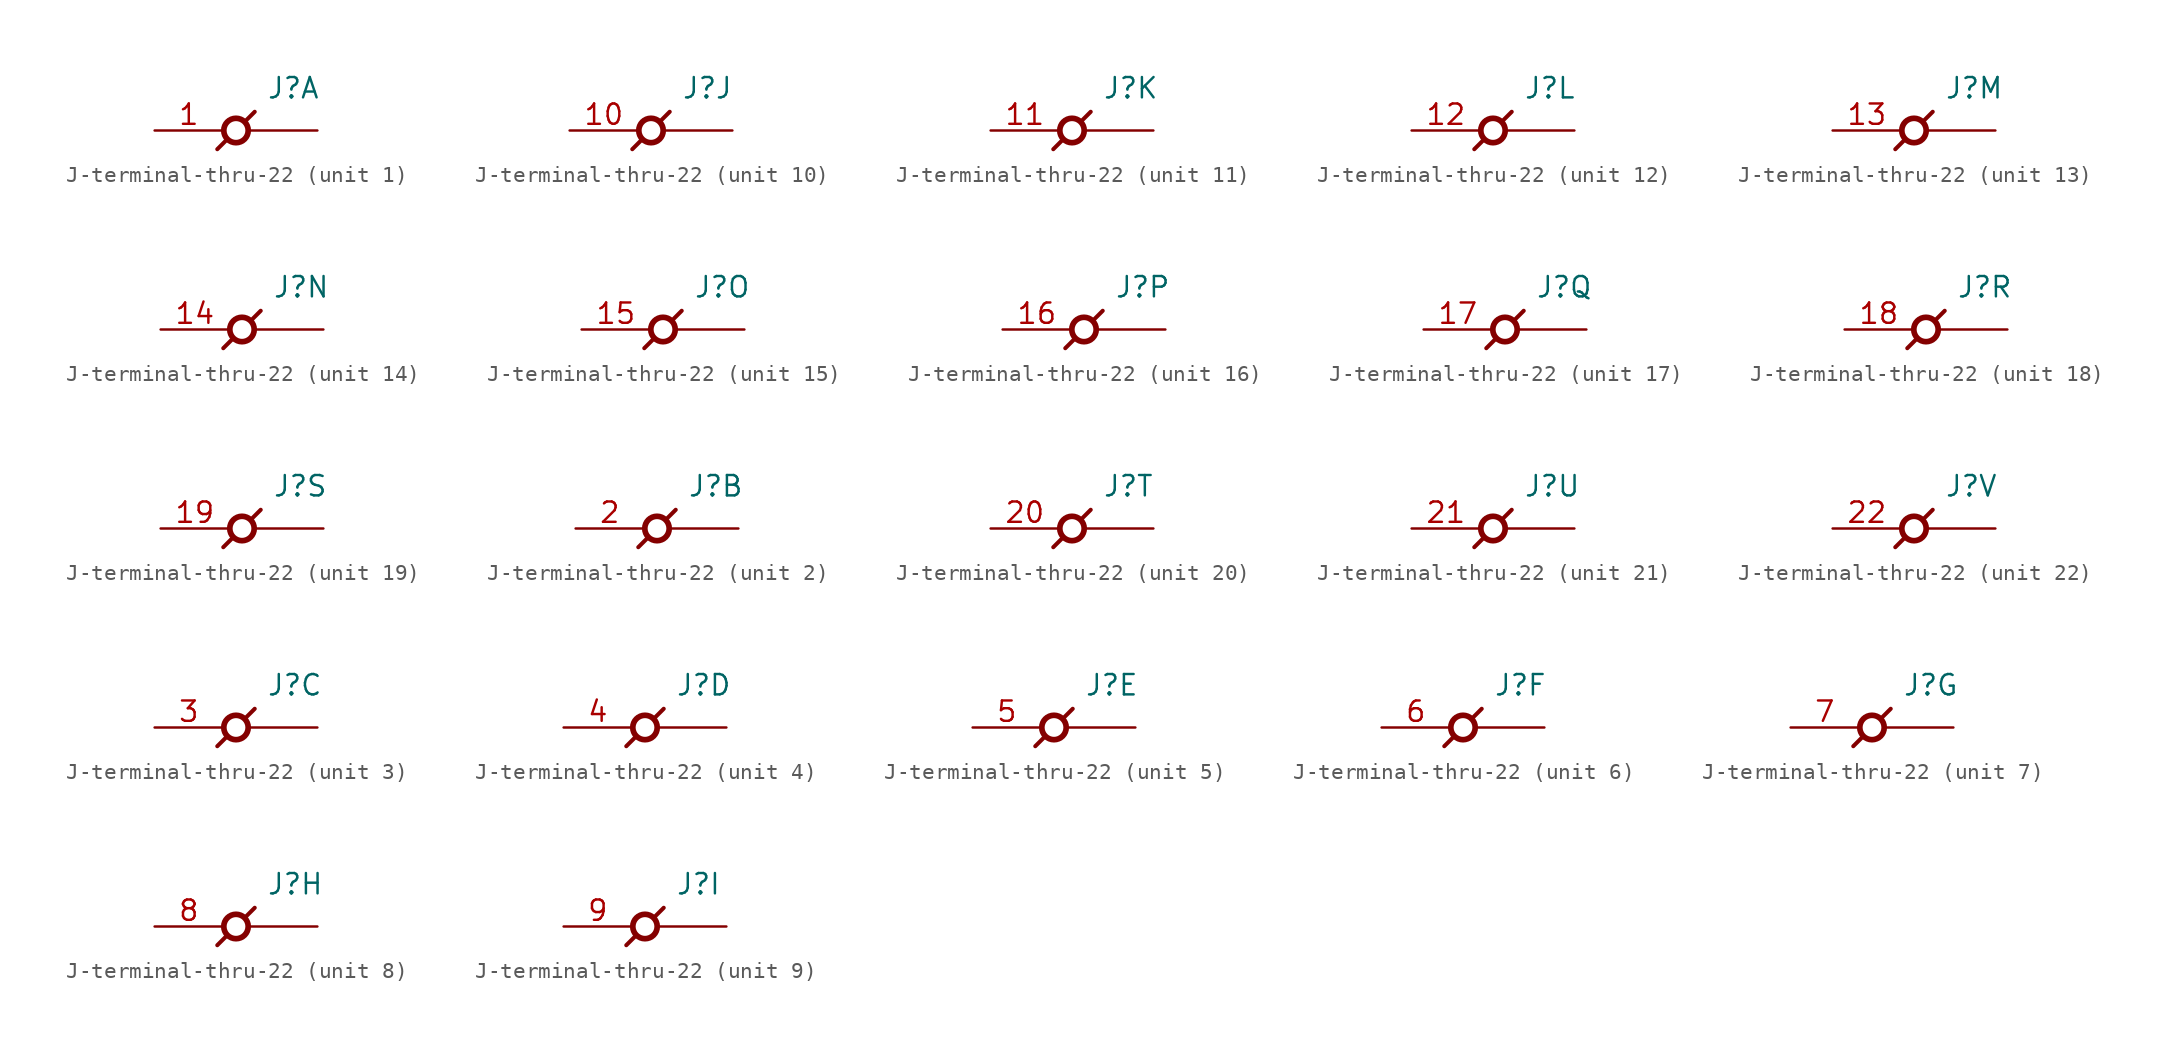
<source format=kicad_sym>
(kicad_symbol_lib
  (version 20211014)
  (generator kicad_symbol_editor)
  (symbol "J-terminal-thru-22"
    (pin_names
      (offset 0.635) hide)
    (property "Reference" "J"
      (at 1.905 1.905 0)
      (effects (font (size 1.27 1.27)) (justify left bottom)))
    (property "ki_locked" ""
      (at 0 0 0)
      (effects (font (size 1.27 1.27))))
    (symbol "J-terminal-thru-22_0_0"
      (polyline (pts (xy -0.584 -0.584) (xy -1.168 -1.168)) (stroke (width 0.254) (type default) (color 0 0 0 0)) (fill (type none)))
      (polyline (pts (xy 0.584 0.584) (xy 1.168 1.168)) (stroke (width 0.254) (type default) (color 0 0 0 0)) (fill (type none)))
      (circle (center 0 0) (radius 0.762) (stroke (width 0.356) (type default) (color 0 0 0 0)) (fill (type none))))
    (symbol "J-terminal-thru-22_1_1"
      (pin passive line (at -5.08 0 0) (length 4.267) (name "1" (effects (font (size 1.27 1.27)))) (number "1" (effects (font (size 1.27 1.27)))))
      (pin passive line (at 5.08 0 180) (length 4.267) (name "1" (effects (font (size 1.27 1.27)))) (number "1" (effects (font (size 0 0))))))
    (symbol "J-terminal-thru-22_2_1"
      (pin passive line (at -5.08 0 0) (length 4.267) (name "2" (effects (font (size 1.27 1.27)))) (number "2" (effects (font (size 1.27 1.27)))))
      (pin passive line (at 5.08 0 180) (length 4.267) (name "2" (effects (font (size 1.27 1.27)))) (number "2" (effects (font (size 0 0))))))
    (symbol "J-terminal-thru-22_3_1"
      (pin passive line (at -5.08 0 0) (length 4.267) (name "3" (effects (font (size 1.27 1.27)))) (number "3" (effects (font (size 1.27 1.27)))))
      (pin passive line (at 5.08 0 180) (length 4.267) (name "3" (effects (font (size 1.27 1.27)))) (number "3" (effects (font (size 0 0))))))
    (symbol "J-terminal-thru-22_4_1"
      (pin passive line (at -5.08 0 0) (length 4.267) (name "4" (effects (font (size 1.27 1.27)))) (number "4" (effects (font (size 1.27 1.27)))))
      (pin passive line (at 5.08 0 180) (length 4.267) (name "4" (effects (font (size 1.27 1.27)))) (number "4" (effects (font (size 0 0))))))
    (symbol "J-terminal-thru-22_5_1"
      (pin passive line (at -5.08 0 0) (length 4.267) (name "5" (effects (font (size 1.27 1.27)))) (number "5" (effects (font (size 1.27 1.27)))))
      (pin passive line (at 5.08 0 180) (length 4.267) (name "5" (effects (font (size 1.27 1.27)))) (number "5" (effects (font (size 0 0))))))
    (symbol "J-terminal-thru-22_6_1"
      (pin passive line (at -5.08 0 0) (length 4.267) (name "6" (effects (font (size 1.27 1.27)))) (number "6" (effects (font (size 1.27 1.27)))))
      (pin passive line (at 5.08 0 180) (length 4.267) (name "6" (effects (font (size 1.27 1.27)))) (number "6" (effects (font (size 0 0))))))
    (symbol "J-terminal-thru-22_7_1"
      (pin passive line (at -5.08 0 0) (length 4.267) (name "7" (effects (font (size 1.27 1.27)))) (number "7" (effects (font (size 1.27 1.27)))))
      (pin passive line (at 5.08 0 180) (length 4.267) (name "7" (effects (font (size 1.27 1.27)))) (number "7" (effects (font (size 0 0))))))
    (symbol "J-terminal-thru-22_8_1"
      (pin passive line (at -5.08 0 0) (length 4.267) (name "8" (effects (font (size 1.27 1.27)))) (number "8" (effects (font (size 1.27 1.27)))))
      (pin passive line (at 5.08 0 180) (length 4.267) (name "8" (effects (font (size 1.27 1.27)))) (number "8" (effects (font (size 0 0))))))
    (symbol "J-terminal-thru-22_9_1"
      (pin passive line (at -5.08 0 0) (length 4.267) (name "9" (effects (font (size 1.27 1.27)))) (number "9" (effects (font (size 1.27 1.27)))))
      (pin passive line (at 5.08 0 180) (length 4.267) (name "9" (effects (font (size 1.27 1.27)))) (number "9" (effects (font (size 0 0))))))
    (symbol "J-terminal-thru-22_10_1"
      (pin passive line (at -5.08 0 0) (length 4.267) (name "10" (effects (font (size 1.27 1.27)))) (number "10" (effects (font (size 1.27 1.27)))))
      (pin passive line (at 5.08 0 180) (length 4.267) (name "10" (effects (font (size 1.27 1.27)))) (number "10" (effects (font (size 0 0))))))
    (symbol "J-terminal-thru-22_11_1"
      (pin passive line (at -5.08 0 0) (length 4.267) (name "11" (effects (font (size 1.27 1.27)))) (number "11" (effects (font (size 1.27 1.27)))))
      (pin passive line (at 5.08 0 180) (length 4.267) (name "11" (effects (font (size 1.27 1.27)))) (number "11" (effects (font (size 0 0))))))
    (symbol "J-terminal-thru-22_12_1"
      (pin passive line (at -5.08 0 0) (length 4.267) (name "12" (effects (font (size 1.27 1.27)))) (number "12" (effects (font (size 1.27 1.27)))))
      (pin passive line (at 5.08 0 180) (length 4.267) (name "12" (effects (font (size 1.27 1.27)))) (number "12" (effects (font (size 0 0))))))
    (symbol "J-terminal-thru-22_13_1"
      (pin passive line (at -5.08 0 0) (length 4.267) (name "13" (effects (font (size 1.27 1.27)))) (number "13" (effects (font (size 1.27 1.27)))))
      (pin passive line (at 5.08 0 180) (length 4.267) (name "13" (effects (font (size 1.27 1.27)))) (number "13" (effects (font (size 0 0))))))
    (symbol "J-terminal-thru-22_14_1"
      (pin passive line (at -5.08 0 0) (length 4.267) (name "14" (effects (font (size 1.27 1.27)))) (number "14" (effects (font (size 1.27 1.27)))))
      (pin passive line (at 5.08 0 180) (length 4.267) (name "e14" (effects (font (size 1.27 1.27)))) (number "14" (effects (font (size 0 0))))))
    (symbol "J-terminal-thru-22_15_1"
      (pin passive line (at -5.08 0 0) (length 4.267) (name "15" (effects (font (size 1.27 1.27)))) (number "15" (effects (font (size 1.27 1.27)))))
      (pin passive line (at 5.08 0 180) (length 4.267) (name "15" (effects (font (size 1.27 1.27)))) (number "15" (effects (font (size 0 0))))))
    (symbol "J-terminal-thru-22_16_1"
      (pin passive line (at -5.08 0 0) (length 4.267) (name "16" (effects (font (size 1.27 1.27)))) (number "16" (effects (font (size 1.27 1.27)))))
      (pin passive line (at 5.08 0 180) (length 4.267) (name "16" (effects (font (size 1.27 1.27)))) (number "16" (effects (font (size 0 0))))))
    (symbol "J-terminal-thru-22_17_1"
      (pin passive line (at -5.08 0 0) (length 4.267) (name "17" (effects (font (size 1.27 1.27)))) (number "17" (effects (font (size 1.27 1.27)))))
      (pin passive line (at 5.08 0 180) (length 4.267) (name "17" (effects (font (size 1.27 1.27)))) (number "17" (effects (font (size 0 0))))))
    (symbol "J-terminal-thru-22_18_1"
      (pin passive line (at -5.08 0 0) (length 4.267) (name "18" (effects (font (size 1.27 1.27)))) (number "18" (effects (font (size 1.27 1.27)))))
      (pin passive line (at 5.08 0 180) (length 4.267) (name "18" (effects (font (size 1.27 1.27)))) (number "18" (effects (font (size 0 0))))))
    (symbol "J-terminal-thru-22_19_1"
      (pin passive line (at -5.08 0 0) (length 4.267) (name "19" (effects (font (size 1.27 1.27)))) (number "19" (effects (font (size 1.27 1.27)))))
      (pin passive line (at 5.08 0 180) (length 4.267) (name "19" (effects (font (size 1.27 1.27)))) (number "19" (effects (font (size 0 0))))))
    (symbol "J-terminal-thru-22_20_1"
      (pin passive line (at -5.08 0 0) (length 4.267) (name "20" (effects (font (size 1.27 1.27)))) (number "20" (effects (font (size 1.27 1.27)))))
      (pin passive line (at 5.08 0 180) (length 4.267) (name "20" (effects (font (size 1.27 1.27)))) (number "20" (effects (font (size 0 0))))))
    (symbol "J-terminal-thru-22_21_1"
      (pin passive line (at -5.08 0 0) (length 4.267) (name "21" (effects (font (size 1.27 1.27)))) (number "21" (effects (font (size 1.27 1.27)))))
      (pin passive line (at 5.08 0 180) (length 4.267) (name "21" (effects (font (size 1.27 1.27)))) (number "21" (effects (font (size 0 0))))))
    (symbol "J-terminal-thru-22_22_1"
      (pin passive line (at -5.08 0 0) (length 4.267) (name "22" (effects (font (size 1.27 1.27)))) (number "22" (effects (font (size 1.27 1.27)))))
      (pin passive line (at 5.08 0 180) (length 4.267) (name "22" (effects (font (size 1.27 1.27)))) (number "22" (effects (font (size 0 0))))))))
</source>
